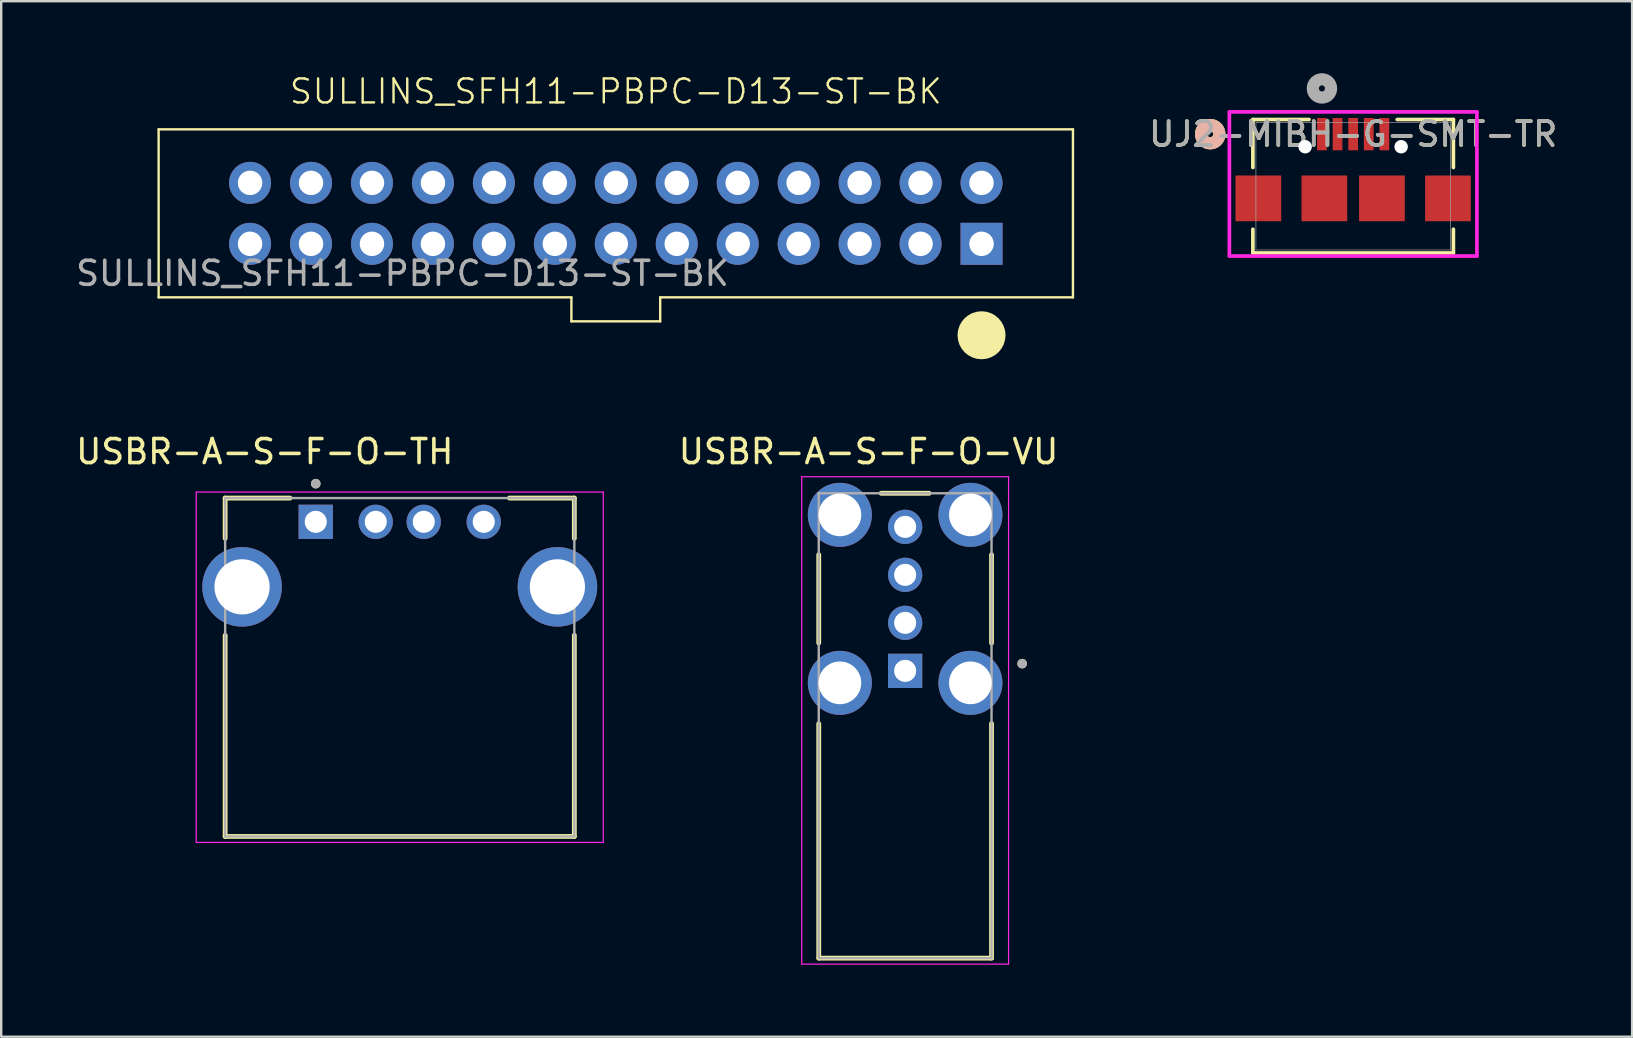
<source format=kicad_pcb>
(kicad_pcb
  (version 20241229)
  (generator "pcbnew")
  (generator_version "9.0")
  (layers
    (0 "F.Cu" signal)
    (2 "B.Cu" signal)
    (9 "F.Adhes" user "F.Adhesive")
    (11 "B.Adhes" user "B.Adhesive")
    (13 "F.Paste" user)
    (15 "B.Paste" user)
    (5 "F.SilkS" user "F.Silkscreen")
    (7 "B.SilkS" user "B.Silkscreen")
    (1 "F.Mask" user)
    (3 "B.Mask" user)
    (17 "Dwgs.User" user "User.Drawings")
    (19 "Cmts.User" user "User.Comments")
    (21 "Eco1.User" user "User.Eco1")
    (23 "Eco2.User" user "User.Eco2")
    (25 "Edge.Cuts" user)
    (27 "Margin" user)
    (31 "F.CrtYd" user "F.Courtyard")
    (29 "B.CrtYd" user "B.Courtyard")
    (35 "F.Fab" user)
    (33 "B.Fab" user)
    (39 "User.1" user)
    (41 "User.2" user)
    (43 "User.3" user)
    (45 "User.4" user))
  (footprint "USBR-A-S-F-O-TH"
    (layer "F.Cu")
    (at 10.107 18.694)
    (property "Reference" "USBR-A-S-F-O-TH" (at -2.125 -2.925 0) (layer "F.SilkS") (effects (font (size 1 1) (thickness 0.15))))
    (attr through_hole)
    (fp_line (start -3.775 -0.99) (end -1.07 -0.99) (stroke (width 0.2) (type solid)) (layer "F.SilkS"))
    (fp_line (start -3.775 0.69) (end -3.775 -0.99) (stroke (width 0.2) (type solid)) (layer "F.SilkS"))
    (fp_line (start -3.775 13.11) (end -3.775 4.73) (stroke (width 0.2) (type solid)) (layer "F.SilkS"))
    (fp_line (start 10.775 -0.99) (end 8.07 -0.99) (stroke (width 0.2) (type solid)) (layer "F.SilkS"))
    (fp_line (start 10.775 -0.99) (end 10.775 0.69) (stroke (width 0.2) (type solid)) (layer "F.SilkS"))
    (fp_line (start 10.775 4.73) (end 10.775 13.11) (stroke (width 0.2) (type solid)) (layer "F.SilkS"))
    (fp_line (start 10.775 13.11) (end -3.775 13.11) (stroke (width 0.2) (type solid)) (layer "F.SilkS"))
    (fp_circle (center 0 -1.59) (end 0.1 -1.59) (stroke (width 0.2) (type solid)) (fill no) (layer "F.SilkS"))
    (fp_line (start -4.98 -1.24) (end 11.98 -1.24) (stroke (width 0.05) (type solid)) (layer "F.CrtYd"))
    (fp_line (start -4.98 13.36) (end -4.98 -1.24) (stroke (width 0.05) (type solid)) (layer "F.CrtYd"))
    (fp_line (start 11.98 -1.24) (end 11.98 13.36) (stroke (width 0.05) (type solid)) (layer "F.CrtYd"))
    (fp_line (start 11.98 13.36) (end -4.98 13.36) (stroke (width 0.05) (type solid)) (layer "F.CrtYd"))
    (fp_line (start -3.775 -0.99) (end 10.775 -0.99) (stroke (width 0.1) (type solid)) (layer "F.Fab"))
    (fp_line (start -3.775 13.11) (end -3.775 -0.99) (stroke (width 0.1) (type solid)) (layer "F.Fab"))
    (fp_line (start 10.775 -0.99) (end 10.775 13.11) (stroke (width 0.1) (type solid)) (layer "F.Fab"))
    (fp_line (start 10.775 13.11) (end -3.775 13.11) (stroke (width 0.1) (type solid)) (layer "F.Fab"))
    (fp_circle (center 0 -1.59) (end 0.1 -1.59) (stroke (width 0.2) (type solid)) (fill no) (layer "F.Fab"))
    (pad "01" thru_hole rect (at 0 0) (size 1.428 1.428) (drill 0.92) (layers "*.Cu" "*.Mask"))
    (pad "02" thru_hole circle (at 2.5 0) (size 1.428 1.428) (drill 0.92) (layers "*.Cu" "*.Mask"))
    (pad "03" thru_hole circle (at 4.5 0) (size 1.428 1.428) (drill 0.92) (layers "*.Cu" "*.Mask"))
    (pad "04" thru_hole circle (at 7 0) (size 1.428 1.428) (drill 0.92) (layers "*.Cu" "*.Mask"))
    (pad "S1" thru_hole circle (at -3.07 2.71) (size 3.316 3.316) (drill 2.3) (layers "*.Cu" "*.Mask"))
    (pad "S2" thru_hole circle (at 10.07 2.71) (size 3.316 3.316) (drill 2.3) (layers "*.Cu" "*.Mask")))
  (footprint "USBR-A-S-F-O-VU"
    (layer "F.Cu")
    (at 34.667 21.904)
    (property "Reference" "USBR-A-S-F-O-VU" (at -1.525 -6.135 0) (layer "F.SilkS") (effects (font (size 1 1) (thickness 0.15))))
    (attr through_hole)
    (fp_line (start -3.6 -1.84) (end -3.6 1.84) (stroke (width 0.2) (type solid)) (layer "F.SilkS"))
    (fp_line (start -3.6 14.97) (end -3.6 5.2) (stroke (width 0.2) (type solid)) (layer "F.SilkS"))
    (fp_line (start -1 -4.4) (end 1 -4.4) (stroke (width 0.2) (type solid)) (layer "F.SilkS"))
    (fp_line (start 3.6 -1.84) (end 3.6 1.84) (stroke (width 0.2) (type solid)) (layer "F.SilkS"))
    (fp_line (start 3.6 5.2) (end 3.6 14.97) (stroke (width 0.2) (type solid)) (layer "F.SilkS"))
    (fp_line (start 3.6 14.97) (end -3.6 14.97) (stroke (width 0.2) (type solid)) (layer "F.SilkS"))
    (fp_circle (center 4.875 2.7) (end 4.975 2.7) (stroke (width 0.2) (type solid)) (fill no) (layer "F.SilkS"))
    (fp_line (start -4.31 -5.09) (end 4.31 -5.09) (stroke (width 0.05) (type solid)) (layer "F.CrtYd"))
    (fp_line (start -4.31 15.22) (end -4.31 -5.09) (stroke (width 0.05) (type solid)) (layer "F.CrtYd"))
    (fp_line (start 4.31 -5.09) (end 4.31 15.22) (stroke (width 0.05) (type solid)) (layer "F.CrtYd"))
    (fp_line (start 4.31 15.22) (end -4.31 15.22) (stroke (width 0.05) (type solid)) (layer "F.CrtYd"))
    (fp_line (start -3.6 -4.4) (end 3.6 -4.4) (stroke (width 0.1) (type solid)) (layer "F.Fab"))
    (fp_line (start -3.6 14.97) (end -3.6 -4.4) (stroke (width 0.1) (type solid)) (layer "F.Fab"))
    (fp_line (start 3.6 -4.4) (end 3.6 14.97) (stroke (width 0.1) (type solid)) (layer "F.Fab"))
    (fp_line (start 3.6 14.97) (end -3.6 14.97) (stroke (width 0.1) (type solid)) (layer "F.Fab"))
    (fp_circle (center 4.875 2.7) (end 4.975 2.7) (stroke (width 0.2) (type solid)) (fill no) (layer "F.Fab"))
    (pad "01" thru_hole rect (at 0 3) (size 1.428 1.428) (drill 0.92) (layers "*.Cu" "*.Mask"))
    (pad "02" thru_hole circle (at 0 1) (size 1.428 1.428) (drill 0.92) (layers "*.Cu" "*.Mask"))
    (pad "03" thru_hole circle (at 0 -1) (size 1.428 1.428) (drill 0.92) (layers "*.Cu" "*.Mask"))
    (pad "04" thru_hole circle (at 0 -3) (size 1.428 1.428) (drill 0.92) (layers "*.Cu" "*.Mask"))
    (pad "S1" thru_hole circle (at -2.72 3.5) (size 2.67 2.67) (drill 1.78) (layers "*.Cu" "*.Mask"))
    (pad "S2" thru_hole circle (at 2.72 3.5) (size 2.67 2.67) (drill 1.78) (layers "*.Cu" "*.Mask"))
    (pad "S3" thru_hole circle (at 2.72 -3.5) (size 2.67 2.67) (drill 1.78) (layers "*.Cu" "*.Mask"))
    (pad "S4" thru_hole circle (at -2.72 -3.5) (size 2.67 2.67) (drill 1.78) (layers "*.Cu" "*.Mask")))
  (footprint "UJ2-MIBH-G-SMT-TR"
    (layer "F.Cu")
    (at 53.335 4.711)
    (property "Reference" "UJ2-MIBH-G-SMT-TR" (at 0 -2.171 0) (unlocked yes) (layer "F.SilkS") (effects (font (size 1 1) (thickness 0.15))))
    (attr smd)
    (fp_line (start -4.178 -2.781) (end -4.178 -0.781) (stroke (width 0.152) (type solid)) (layer "F.SilkS"))
    (fp_line (start -4.178 1.79) (end -4.178 2.781) (stroke (width 0.152) (type solid)) (layer "F.SilkS"))
    (fp_line (start -4.178 2.781) (end 4.178 2.781) (stroke (width 0.152) (type solid)) (layer "F.SilkS"))
    (fp_line (start -1.836 -2.781) (end -4.178 -2.781) (stroke (width 0.152) (type solid)) (layer "F.SilkS"))
    (fp_line (start 4.178 -2.781) (end 1.836 -2.781) (stroke (width 0.152) (type solid)) (layer "F.SilkS"))
    (fp_line (start 4.178 -0.781) (end 4.178 -2.781) (stroke (width 0.152) (type solid)) (layer "F.SilkS"))
    (fp_line (start 4.178 2.781) (end 4.178 1.79) (stroke (width 0.152) (type solid)) (layer "F.SilkS"))
    (fp_circle (center -5.956 -2.171) (end -5.575 -2.171) (stroke (width 0.508) (type solid)) (fill no) (layer "F.SilkS"))
    (fp_circle (center -5.956 -2.171) (end -5.575 -2.171) (stroke (width 0.508) (type solid)) (fill no) (layer "B.SilkS"))
    (fp_line (start -5.157 -3.098) (end -5.157 2.908) (stroke (width 0.152) (type solid)) (layer "F.CrtYd"))
    (fp_line (start -5.157 2.908) (end 5.157 2.908) (stroke (width 0.152) (type solid)) (layer "F.CrtYd"))
    (fp_line (start 5.157 -3.098) (end -5.157 -3.098) (stroke (width 0.152) (type solid)) (layer "F.CrtYd"))
    (fp_line (start 5.157 2.908) (end 5.157 -3.098) (stroke (width 0.152) (type solid)) (layer "F.CrtYd"))
    (fp_line (start -4.051 -2.654) (end -4.051 2.654) (stroke (width 0.025) (type solid)) (layer "F.Fab"))
    (fp_line (start -4.051 2.654) (end 4.051 2.654) (stroke (width 0.025) (type solid)) (layer "F.Fab"))
    (fp_line (start 4.051 -2.654) (end -4.051 -2.654) (stroke (width 0.025) (type solid)) (layer "F.Fab"))
    (fp_line (start 4.051 2.654) (end 4.051 -2.654) (stroke (width 0.025) (type solid)) (layer "F.Fab"))
    (fp_circle (center -1.3 -4.076) (end -0.919 -4.076) (stroke (width 0.508) (type solid)) (fill no) (layer "F.Fab"))
    (fp_text user "${REFERENCE}" (at 0 -2.171 0) (unlocked yes) (layer "F.Fab") (effects (font (size 1 1) (thickness 0.15))))
    (pad "" np_thru_hole circle (at -2 -1.646) (size 0.559 0.559) (drill 0.559) (layers "*.Cu" "*.Mask"))
    (pad "" np_thru_hole circle (at 2 -1.646) (size 0.559 0.559) (drill 0.559) (layers "*.Cu" "*.Mask"))
    (pad "1" smd rect (at -1.3 -2.171) (size 0.406 1.346) (layers "F.Cu" "F.Mask" "F.Paste"))
    (pad "2" smd rect (at -0.65 -2.171) (size 0.406 1.346) (layers "F.Cu" "F.Mask" "F.Paste"))
    (pad "3" smd rect (at 0 -2.171) (size 0.406 1.346) (layers "F.Cu" "F.Mask" "F.Paste"))
    (pad "4" smd rect (at 0.65 -2.171) (size 0.406 1.346) (layers "F.Cu" "F.Mask" "F.Paste"))
    (pad "5" smd rect (at 1.3 -2.171) (size 0.406 1.346) (layers "F.Cu" "F.Mask" "F.Paste"))
    (pad "6" smd rect (at -3.95 0.504) (size 1.905 1.905) (layers "F.Cu" "F.Mask" "F.Paste"))
    (pad "7" smd rect (at -1.2 0.504) (size 1.905 1.905) (layers "F.Cu" "F.Mask" "F.Paste"))
    (pad "8" smd rect (at 1.2 0.504) (size 1.905 1.905) (layers "F.Cu" "F.Mask" "F.Paste"))
    (pad "9" smd rect (at 3.95 0.504) (size 1.905 1.905) (layers "F.Cu" "F.Mask" "F.Paste")))
  (footprint "SULLINS_SFH11-PBPC-D13-ST-BK"
    (layer "F.Cu")
    (at 22.61 5.84)
    (property "Reference" "SULLINS_SFH11-PBPC-D13-ST-BK" (at 0 -5.08 0) (unlocked yes) (layer "F.SilkS") (effects (font (size 1 1) (thickness 0.1))))
    (attr through_hole)
    (fp_line (start -19.05 -3.5) (end -19.05 3.5) (stroke (width 0.1) (type default)) (layer "F.SilkS"))
    (fp_line (start -1.85 3.5) (end -19.05 3.5) (stroke (width 0.1) (type default)) (layer "F.SilkS"))
    (fp_line (start -1.85 3.5) (end -1.85 4.5) (stroke (width 0.1) (type default)) (layer "F.SilkS"))
    (fp_line (start 1.85 3.5) (end 1.85 4.5) (stroke (width 0.1) (type default)) (layer "F.SilkS"))
    (fp_line (start 1.85 4.5) (end -1.85 4.5) (stroke (width 0.1) (type default)) (layer "F.SilkS"))
    (fp_line (start 19.05 -3.5) (end -19.05 -3.5) (stroke (width 0.1) (type default)) (layer "F.SilkS"))
    (fp_line (start 19.05 -3.5) (end 19.05 3.5) (stroke (width 0.1) (type default)) (layer "F.SilkS"))
    (fp_line (start 19.05 3.5) (end 1.85 3.5) (stroke (width 0.1) (type default)) (layer "F.SilkS"))
    (fp_circle (center 15.24 5.08) (end 15.74 5.08) (stroke (width 1) (type default)) (fill no) (layer "F.SilkS"))
    (fp_text user "${REFERENCE}" (at -8.89 2.5 0) (unlocked yes) (layer "F.Fab") (effects (font (size 1 1) (thickness 0.15))))
    (pad "1" thru_hole rect (at 15.24 1.27) (size 1.75 1.75) (drill 1.02) (layers "*.Cu" "*.Mask"))
    (pad "2" thru_hole circle (at 15.24 -1.27) (size 1.75 1.75) (drill 1.02) (layers "*.Cu" "*.Mask"))
    (pad "3" thru_hole circle (at 12.7 1.27) (size 1.75 1.75) (drill 1.02) (layers "*.Cu" "*.Mask"))
    (pad "4" thru_hole circle (at 12.7 -1.27) (size 1.75 1.75) (drill 1.02) (layers "*.Cu" "*.Mask"))
    (pad "5" thru_hole circle (at 10.16 1.27) (size 1.75 1.75) (drill 1.02) (layers "*.Cu" "*.Mask"))
    (pad "6" thru_hole circle (at 10.16 -1.27) (size 1.75 1.75) (drill 1.02) (layers "*.Cu" "*.Mask"))
    (pad "7" thru_hole circle (at 7.62 1.27) (size 1.75 1.75) (drill 1.02) (layers "*.Cu" "*.Mask"))
    (pad "8" thru_hole circle (at 7.62 -1.27) (size 1.75 1.75) (drill 1.02) (layers "*.Cu" "*.Mask"))
    (pad "9" thru_hole circle (at 5.08 1.27) (size 1.75 1.75) (drill 1.02) (layers "*.Cu" "*.Mask"))
    (pad "10" thru_hole circle (at 5.08 -1.27) (size 1.75 1.75) (drill 1.02) (layers "*.Cu" "*.Mask"))
    (pad "11" thru_hole circle (at 2.54 1.27) (size 1.75 1.75) (drill 1.02) (layers "*.Cu" "*.Mask"))
    (pad "12" thru_hole circle (at 2.54 -1.27) (size 1.75 1.75) (drill 1.02) (layers "*.Cu" "*.Mask"))
    (pad "13" thru_hole circle (at 0 1.27) (size 1.75 1.75) (drill 1.02) (layers "*.Cu" "*.Mask"))
    (pad "14" thru_hole circle (at 0 -1.27) (size 1.75 1.75) (drill 1.02) (layers "*.Cu" "*.Mask"))
    (pad "15" thru_hole circle (at -2.54 1.27) (size 1.75 1.75) (drill 1.02) (layers "*.Cu" "*.Mask"))
    (pad "16" thru_hole circle (at -2.54 -1.27) (size 1.75 1.75) (drill 1.02) (layers "*.Cu" "*.Mask"))
    (pad "17" thru_hole circle (at -5.08 1.27) (size 1.75 1.75) (drill 1.02) (layers "*.Cu" "*.Mask"))
    (pad "18" thru_hole circle (at -5.08 -1.27) (size 1.75 1.75) (drill 1.02) (layers "*.Cu" "*.Mask"))
    (pad "19" thru_hole circle (at -7.62 1.27) (size 1.75 1.75) (drill 1.02) (layers "*.Cu" "*.Mask"))
    (pad "20" thru_hole circle (at -7.62 -1.27) (size 1.75 1.75) (drill 1.02) (layers "*.Cu" "*.Mask"))
    (pad "21" thru_hole circle (at -10.16 1.27) (size 1.75 1.75) (drill 1.02) (layers "*.Cu" "*.Mask"))
    (pad "22" thru_hole circle (at -10.16 -1.27) (size 1.75 1.75) (drill 1.02) (layers "*.Cu" "*.Mask"))
    (pad "23" thru_hole circle (at -12.7 1.27) (size 1.75 1.75) (drill 1.02) (layers "*.Cu" "*.Mask"))
    (pad "24" thru_hole circle (at -12.7 -1.27) (size 1.75 1.75) (drill 1.02) (layers "*.Cu" "*.Mask"))
    (pad "25" thru_hole circle (at -15.24 1.27) (size 1.75 1.75) (drill 1.02) (layers "*.Cu" "*.Mask"))
    (pad "26" thru_hole circle (at -15.24 -1.27) (size 1.75 1.75) (drill 1.02) (layers "*.Cu" "*.Mask")))
  (gr_rect
    (start -3 -3)
    (end 64.96 40.149)
    (stroke (width 0.1) (type default))
    (fill no)
    (layer "Edge.Cuts")))
</source>
